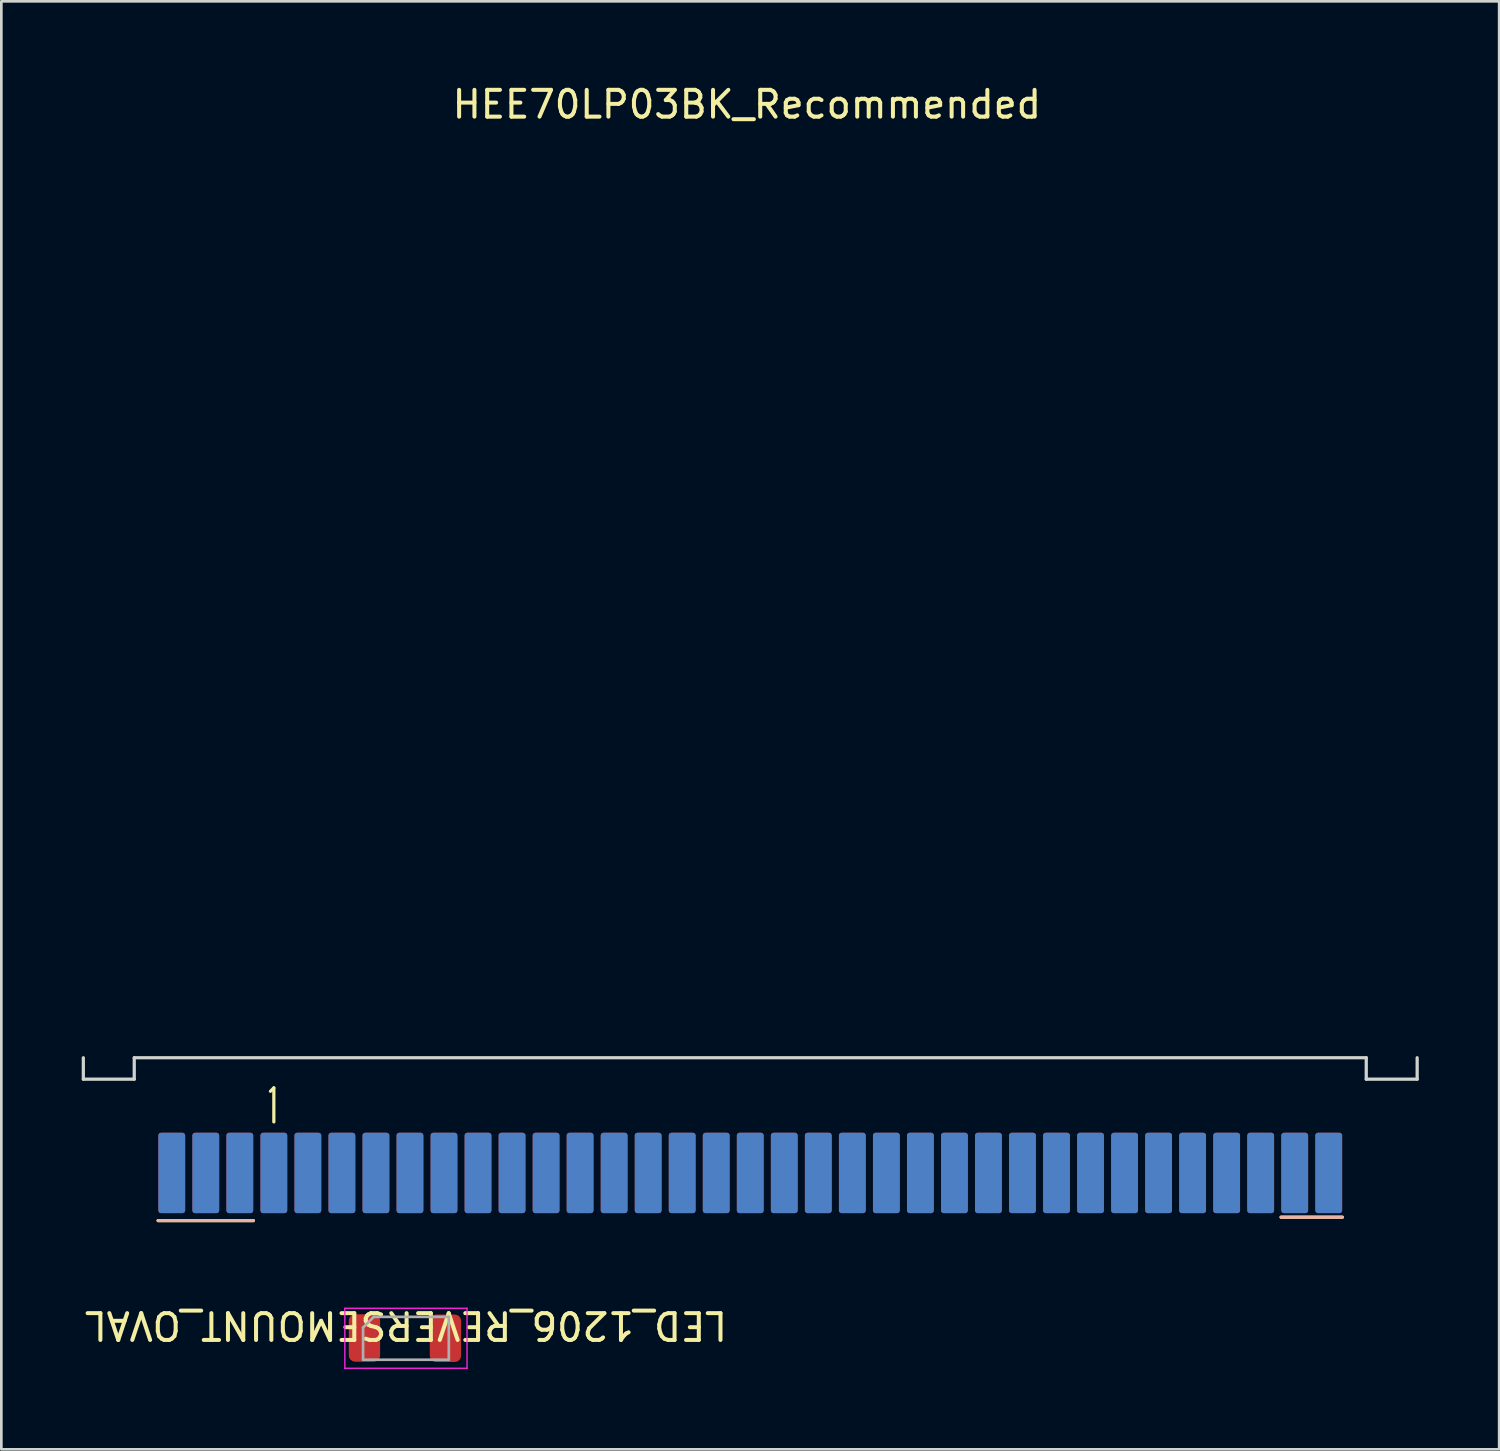
<source format=kicad_pcb>
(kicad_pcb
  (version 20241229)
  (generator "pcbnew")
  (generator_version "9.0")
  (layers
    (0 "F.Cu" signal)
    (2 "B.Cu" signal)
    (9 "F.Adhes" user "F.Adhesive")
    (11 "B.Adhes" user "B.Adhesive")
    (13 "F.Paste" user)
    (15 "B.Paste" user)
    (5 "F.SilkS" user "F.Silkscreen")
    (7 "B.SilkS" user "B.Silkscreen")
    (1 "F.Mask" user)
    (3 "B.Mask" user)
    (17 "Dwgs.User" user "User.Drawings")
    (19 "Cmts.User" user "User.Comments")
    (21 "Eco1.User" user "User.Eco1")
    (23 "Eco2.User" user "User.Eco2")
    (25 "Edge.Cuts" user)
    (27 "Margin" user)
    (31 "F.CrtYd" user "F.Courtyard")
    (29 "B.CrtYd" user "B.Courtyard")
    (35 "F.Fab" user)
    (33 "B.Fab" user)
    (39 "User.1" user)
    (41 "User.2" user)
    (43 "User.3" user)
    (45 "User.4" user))
  (footprint "HEE70LP03BK_Recommended"
    (layer "F.Cu")
    (at 24.95 40.726)
    (property "Reference" "HEE70LP03BK_Recommended" (at -0.127 -39.878 0) (unlocked yes) (layer "F.SilkS") (effects (font (size 1 1) (thickness 0.15))))
    (attr smd)
    (fp_line (start -22.098 1.778) (end -18.542 1.778) (stroke (width 0.12) (type default)) (layer "F.SilkS"))
    (fp_line (start -17.78 -3.175) (end -17.907 -3.048) (stroke (width 0.12) (type default)) (layer "F.SilkS"))
    (fp_line (start -17.78 -1.905) (end -17.78 -3.175) (stroke (width 0.12) (type default)) (layer "F.SilkS"))
    (fp_line (start 19.812 1.651) (end 22.098 1.651) (stroke (width 0.12) (type default)) (layer "F.SilkS"))
    (fp_line (start -22.098 1.778) (end -18.542 1.778) (stroke (width 0.12) (type default)) (layer "B.SilkS"))
    (fp_line (start 19.812 1.651) (end 22.098 1.651) (stroke (width 0.12) (type default)) (layer "B.SilkS"))
    (fp_line (start -24.89 -4.3) (end -24.89 -3.5) (stroke (width 0.12) (type default)) (layer "Edge.Cuts"))
    (fp_line (start -24.89 -3.5) (end -22.99 -3.5) (stroke (width 0.12) (type default)) (layer "Edge.Cuts"))
    (fp_line (start -22.99 -4.3) (end 22.99 -4.3) (stroke (width 0.12) (type default)) (layer "Edge.Cuts"))
    (fp_line (start -22.99 -3.5) (end -22.99 -4.3) (stroke (width 0.12) (type default)) (layer "Edge.Cuts"))
    (fp_line (start 22.99 -3.5) (end 22.99 -4.3) (stroke (width 0.12) (type default)) (layer "Edge.Cuts"))
    (fp_line (start 24.89 -4.3) (end 24.89 -3.5) (stroke (width 0.12) (type default)) (layer "Edge.Cuts"))
    (fp_line (start 24.89 -3.5) (end 22.99 -3.5) (stroke (width 0.12) (type default)) (layer "Edge.Cuts"))
    (fp_line (start -22.99 -4.3) (end 22.99 -4.3) (stroke (width 0.12) (type default)) (layer "Margin"))
    (pad "1" smd roundrect (at -17.78 0) (size 1 3) (layers "F.Cu" "F.Mask" "F.Paste") (roundrect_rratio 0.1))
    (pad "2" smd roundrect (at -16.51 0) (size 1 3) (layers "F.Cu" "F.Mask" "F.Paste") (roundrect_rratio 0.1))
    (pad "3" smd roundrect (at -15.24 0) (size 1 3) (layers "F.Cu" "F.Mask" "F.Paste") (roundrect_rratio 0.1))
    (pad "4" smd roundrect (at -13.97 0) (size 1 3) (layers "F.Cu" "F.Mask" "F.Paste") (roundrect_rratio 0.1))
    (pad "5" smd roundrect (at -12.7 0) (size 1 3) (layers "F.Cu" "F.Mask" "F.Paste") (roundrect_rratio 0.1))
    (pad "6" smd roundrect (at -11.43 0) (size 1 3) (layers "F.Cu" "F.Mask" "F.Paste") (roundrect_rratio 0.1))
    (pad "7" smd roundrect (at -10.16 0) (size 1 3) (layers "F.Cu" "F.Mask" "F.Paste") (roundrect_rratio 0.1))
    (pad "8" smd roundrect (at -8.89 0) (size 1 3) (layers "F.Cu" "F.Mask" "F.Paste") (roundrect_rratio 0.1))
    (pad "9" smd roundrect (at -7.62 0) (size 1 3) (layers "F.Cu" "F.Mask" "F.Paste") (roundrect_rratio 0.1))
    (pad "10" smd roundrect (at -6.35 0) (size 1 3) (layers "F.Cu" "F.Mask" "F.Paste") (roundrect_rratio 0.1))
    (pad "11" smd roundrect (at -5.08 0) (size 1 3) (layers "F.Cu" "F.Mask" "F.Paste") (roundrect_rratio 0.1))
    (pad "12" smd roundrect (at -3.81 0) (size 1 3) (layers "F.Cu" "F.Mask" "F.Paste") (roundrect_rratio 0.1))
    (pad "13" smd roundrect (at -2.54 0) (size 1 3) (layers "F.Cu" "F.Mask" "F.Paste") (roundrect_rratio 0.1))
    (pad "14" smd roundrect (at -1.27 0) (size 1 3) (layers "F.Cu" "F.Mask" "F.Paste") (roundrect_rratio 0.1))
    (pad "15" smd roundrect (at 0 0) (size 1 3) (layers "F.Cu" "F.Mask" "F.Paste") (roundrect_rratio 0.1))
    (pad "16" smd roundrect (at 1.27 0) (size 1 3) (layers "F.Cu" "F.Mask" "F.Paste") (roundrect_rratio 0.1))
    (pad "17" smd roundrect (at 2.54 0) (size 1 3) (layers "F.Cu" "F.Mask" "F.Paste") (roundrect_rratio 0.1))
    (pad "18" smd roundrect (at 3.81 0) (size 1 3) (layers "F.Cu" "F.Mask" "F.Paste") (roundrect_rratio 0.1))
    (pad "19" smd roundrect (at 5.08 0) (size 1 3) (layers "F.Cu" "F.Mask" "F.Paste") (roundrect_rratio 0.1))
    (pad "20" smd roundrect (at 6.35 0) (size 1 3) (layers "F.Cu" "F.Mask" "F.Paste") (roundrect_rratio 0.1))
    (pad "21" smd roundrect (at 7.62 0) (size 1 3) (layers "F.Cu" "F.Mask" "F.Paste") (roundrect_rratio 0.1))
    (pad "22" smd roundrect (at 8.89 0) (size 1 3) (layers "F.Cu" "F.Mask" "F.Paste") (roundrect_rratio 0.1))
    (pad "23" smd roundrect (at 10.16 0) (size 1 3) (layers "F.Cu" "F.Mask" "F.Paste") (roundrect_rratio 0.1))
    (pad "24" smd roundrect (at 11.43 0) (size 1 3) (layers "F.Cu" "F.Mask" "F.Paste") (roundrect_rratio 0.1))
    (pad "25" smd roundrect (at 12.7 0) (size 1 3) (layers "F.Cu" "F.Mask" "F.Paste") (roundrect_rratio 0.1))
    (pad "26" smd roundrect (at 13.97 0) (size 1 3) (layers "F.Cu" "F.Mask" "F.Paste") (roundrect_rratio 0.1))
    (pad "27" smd roundrect (at 15.24 0) (size 1 3) (layers "F.Cu" "F.Mask" "F.Paste") (roundrect_rratio 0.1))
    (pad "28" smd roundrect (at 16.51 0) (size 1 3) (layers "F.Cu" "F.Mask" "F.Paste") (roundrect_rratio 0.1))
    (pad "29" smd roundrect (at 17.78 0) (size 1 3) (layers "F.Cu" "F.Mask" "F.Paste") (roundrect_rratio 0.1))
    (pad "30" smd roundrect (at 19.05 0) (size 1 3) (layers "F.Cu" "F.Mask" "F.Paste") (roundrect_rratio 0.1))
    (pad "31" smd roundrect (at -17.78 0) (size 1 3) (layers "F.Mask" "B.Cu" "F.Paste") (roundrect_rratio 0.1))
    (pad "32" smd roundrect (at -16.51 0) (size 1 3) (layers "F.Mask" "B.Cu" "F.Paste") (roundrect_rratio 0.1))
    (pad "33" smd roundrect (at -15.24 0) (size 1 3) (layers "F.Mask" "B.Cu" "F.Paste") (roundrect_rratio 0.1))
    (pad "34" smd roundrect (at -13.97 0) (size 1 3) (layers "F.Mask" "B.Cu" "F.Paste") (roundrect_rratio 0.1))
    (pad "35" smd roundrect (at -12.7 0) (size 1 3) (layers "F.Mask" "B.Cu" "F.Paste") (roundrect_rratio 0.1))
    (pad "36" smd roundrect (at -11.43 0) (size 1 3) (layers "F.Mask" "B.Cu" "F.Paste") (roundrect_rratio 0.1))
    (pad "37" smd roundrect (at -10.16 0) (size 1 3) (layers "F.Mask" "B.Cu" "F.Paste") (roundrect_rratio 0.1))
    (pad "38" smd roundrect (at -8.89 0) (size 1 3) (layers "F.Mask" "B.Cu" "F.Paste") (roundrect_rratio 0.1))
    (pad "39" smd roundrect (at -7.62 0) (size 1 3) (layers "F.Mask" "B.Cu" "F.Paste") (roundrect_rratio 0.1))
    (pad "40" smd roundrect (at -6.35 0) (size 1 3) (layers "F.Mask" "B.Cu" "F.Paste") (roundrect_rratio 0.1))
    (pad "41" smd roundrect (at -5.08 0) (size 1 3) (layers "F.Mask" "B.Cu" "F.Paste") (roundrect_rratio 0.1))
    (pad "42" smd roundrect (at -3.81 0) (size 1 3) (layers "F.Mask" "B.Cu" "F.Paste") (roundrect_rratio 0.1))
    (pad "43" smd roundrect (at -2.54 0) (size 1 3) (layers "F.Mask" "B.Cu" "F.Paste") (roundrect_rratio 0.1))
    (pad "44" smd roundrect (at -1.27 0) (size 1 3) (layers "F.Mask" "B.Cu" "F.Paste") (roundrect_rratio 0.1))
    (pad "45" smd roundrect (at 0 0) (size 1 3) (layers "F.Mask" "B.Cu" "F.Paste") (roundrect_rratio 0.1))
    (pad "46" smd roundrect (at 1.27 0) (size 1 3) (layers "F.Mask" "B.Cu" "F.Paste") (roundrect_rratio 0.1))
    (pad "47" smd roundrect (at 2.54 0) (size 1 3) (layers "F.Mask" "B.Cu" "F.Paste") (roundrect_rratio 0.1))
    (pad "48" smd roundrect (at 3.81 0) (size 1 3) (layers "F.Mask" "B.Cu" "F.Paste") (roundrect_rratio 0.1))
    (pad "49" smd roundrect (at 5.08 0) (size 1 3) (layers "F.Mask" "B.Cu" "F.Paste") (roundrect_rratio 0.1))
    (pad "50" smd roundrect (at 6.35 0) (size 1 3) (layers "F.Mask" "B.Cu" "F.Paste") (roundrect_rratio 0.1))
    (pad "51" smd roundrect (at 7.62 0) (size 1 3) (layers "F.Mask" "B.Cu" "F.Paste") (roundrect_rratio 0.1))
    (pad "52" smd roundrect (at 8.89 0) (size 1 3) (layers "F.Mask" "B.Cu" "F.Paste") (roundrect_rratio 0.1))
    (pad "53" smd roundrect (at 10.16 0) (size 1 3) (layers "F.Mask" "B.Cu" "F.Paste") (roundrect_rratio 0.1))
    (pad "54" smd roundrect (at 11.43 0) (size 1 3) (layers "F.Mask" "B.Cu" "F.Paste") (roundrect_rratio 0.1))
    (pad "55" smd roundrect (at 12.7 0) (size 1 3) (layers "F.Mask" "B.Cu" "F.Paste") (roundrect_rratio 0.1))
    (pad "56" smd roundrect (at 13.97 0) (size 1 3) (layers "F.Mask" "B.Cu" "F.Paste") (roundrect_rratio 0.1))
    (pad "57" smd roundrect (at 15.24 0) (size 1 3) (layers "F.Mask" "B.Cu" "F.Paste") (roundrect_rratio 0.1))
    (pad "58" smd roundrect (at 16.51 0) (size 1 3) (layers "F.Mask" "B.Cu" "F.Paste") (roundrect_rratio 0.1))
    (pad "59" smd roundrect (at 17.78 0) (size 1 3) (layers "F.Mask" "B.Cu" "F.Paste") (roundrect_rratio 0.1))
    (pad "60" smd roundrect (at 19.05 0) (size 1 3) (layers "F.Mask" "B.Cu" "F.Paste") (roundrect_rratio 0.1))
    (pad "61" smd roundrect (at 20.32 0) (size 1 3) (layers "F.Cu" "F.Mask" "F.Paste") (roundrect_rratio 0.1))
    (pad "62" smd roundrect (at 21.59 0) (size 1 3) (layers "F.Cu" "F.Mask" "F.Paste") (roundrect_rratio 0.1))
    (pad "63" smd roundrect (at 20.32 0) (size 1 3) (layers "F.Mask" "B.Cu" "F.Paste") (roundrect_rratio 0.1))
    (pad "64" smd roundrect (at 21.59 0) (size 1 3) (layers "F.Mask" "B.Cu" "F.Paste") (roundrect_rratio 0.1))
    (pad "65" smd roundrect (at -21.59 0) (size 1 3) (layers "F.Mask" "B.Cu" "F.Paste") (roundrect_rratio 0.1))
    (pad "66" smd roundrect (at -20.32 0) (size 1 3) (layers "F.Mask" "B.Cu" "F.Paste") (roundrect_rratio 0.1))
    (pad "67" smd roundrect (at -19.05 0) (size 1 3) (layers "F.Mask" "B.Cu" "F.Paste") (roundrect_rratio 0.1))
    (pad "68" smd roundrect (at -21.59 0) (size 1 3) (layers "F.Cu" "F.Mask" "F.Paste") (roundrect_rratio 0.1))
    (pad "69" smd roundrect (at -20.32 0) (size 1 3) (layers "F.Cu" "F.Mask" "F.Paste") (roundrect_rratio 0.1))
    (pad "70" smd roundrect (at -19.05 0) (size 1 3) (layers "F.Cu" "F.Mask" "F.Paste") (roundrect_rratio 0.1)))
  (footprint "LED_1206_REVERSEMOUNT_OVAL"
    (layer "F.Cu")
    (at 12.101 46.913)
    (property "Reference" "LED_1206_REVERSEMOUNT_OVAL" (at 0 -0.5 180) (unlocked yes) (layer "F.SilkS") (effects (font (size 1 1) (thickness 0.15))))
    (attr smd)
    (fp_line (start -2.281 -1.137) (end 2.279 -1.137) (stroke (width 0.05) (type solid)) (layer "F.CrtYd"))
    (fp_line (start -2.281 1.103) (end -2.281 -1.137) (stroke (width 0.05) (type solid)) (layer "F.CrtYd"))
    (fp_line (start 2.279 -1.137) (end 2.279 1.103) (stroke (width 0.05) (type solid)) (layer "F.CrtYd"))
    (fp_line (start 2.279 1.103) (end -2.281 1.103) (stroke (width 0.05) (type solid)) (layer "F.CrtYd"))
    (fp_line (start -1.601 -0.417) (end -1.601 0.783) (stroke (width 0.1) (type solid)) (layer "F.Fab"))
    (fp_line (start -1.601 0.783) (end 1.599 0.783) (stroke (width 0.1) (type solid)) (layer "F.Fab"))
    (fp_line (start -1.201 -0.817) (end -1.601 -0.417) (stroke (width 0.1) (type solid)) (layer "F.Fab"))
    (fp_line (start 1.599 -0.817) (end -1.201 -0.817) (stroke (width 0.1) (type solid)) (layer "F.Fab"))
    (fp_line (start 1.599 0.783) (end 1.599 -0.817) (stroke (width 0.1) (type solid)) (layer "F.Fab"))
    (pad "1" smd roundrect (at -1.549 -0.028 180) (size 1.168 1.772) (layers "F.Cu" "F.Mask" "F.Paste") (roundrect_rratio 0.2))
    (pad "2" smd roundrect (at 1.473 -0.017 180) (size 1.168 1.772) (layers "F.Cu" "F.Mask" "F.Paste") (roundrect_rratio 0.2)))
  (gr_rect
    (start -3 -3)
    (end 52.9 51.04)
    (stroke (width 0.1) (type default))
    (fill no)
    (layer "Edge.Cuts")))
</source>
